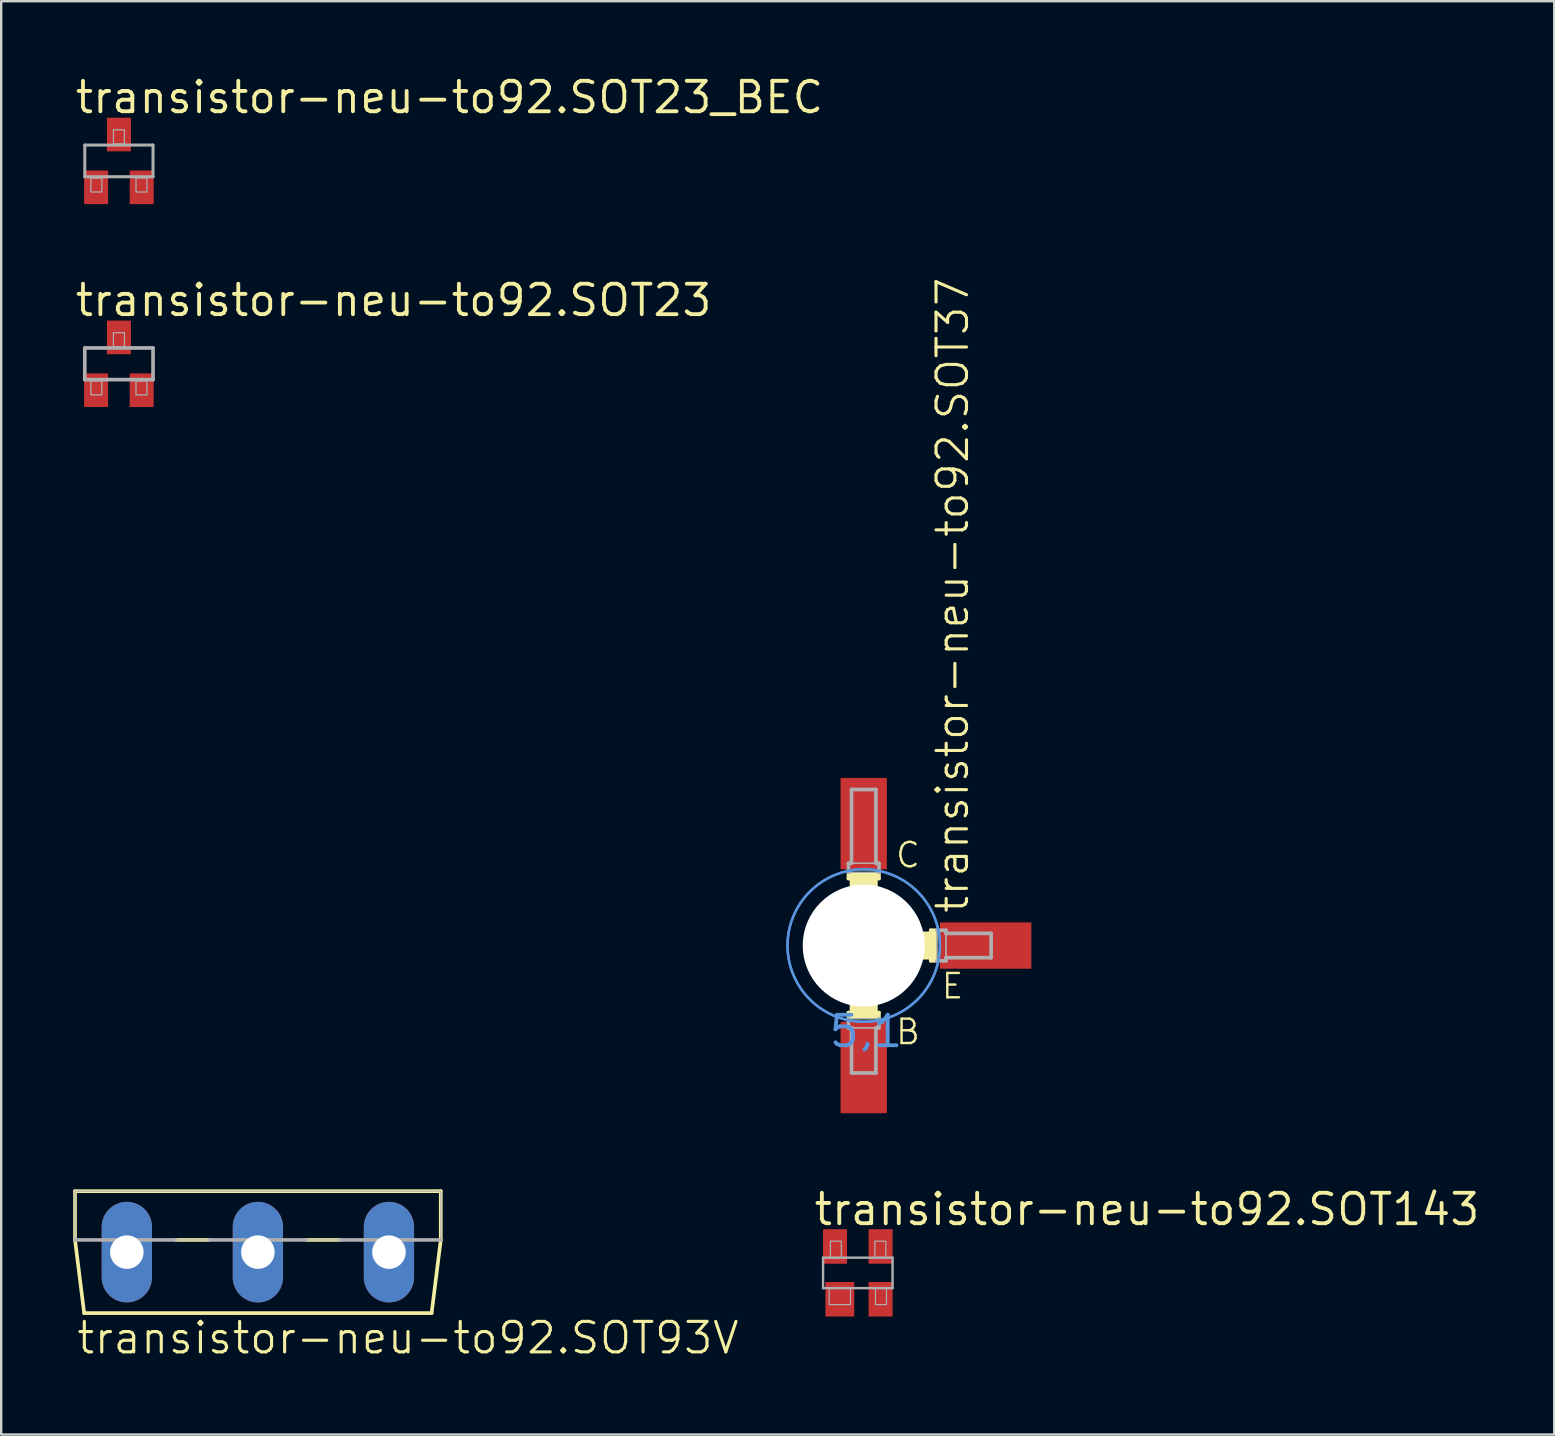
<source format=kicad_pcb>
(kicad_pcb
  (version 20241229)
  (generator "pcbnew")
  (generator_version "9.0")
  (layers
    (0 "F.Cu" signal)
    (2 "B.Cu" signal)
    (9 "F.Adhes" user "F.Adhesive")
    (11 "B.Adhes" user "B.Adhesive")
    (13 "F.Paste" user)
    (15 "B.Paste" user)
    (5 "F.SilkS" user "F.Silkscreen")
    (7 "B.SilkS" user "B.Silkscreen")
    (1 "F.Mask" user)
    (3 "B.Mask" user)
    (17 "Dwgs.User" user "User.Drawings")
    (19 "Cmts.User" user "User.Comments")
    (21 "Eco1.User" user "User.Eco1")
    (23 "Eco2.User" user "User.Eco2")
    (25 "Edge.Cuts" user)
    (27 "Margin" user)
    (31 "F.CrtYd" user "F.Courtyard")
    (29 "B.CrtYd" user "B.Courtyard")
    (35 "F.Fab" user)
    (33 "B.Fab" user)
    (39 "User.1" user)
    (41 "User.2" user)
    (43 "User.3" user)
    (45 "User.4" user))
  (footprint "transistor-neu-to92.SOT23_BEC"
    (layer "F.Cu")
    (at 1.905 3.655)
    (property "Reference" "transistor-neu-to92.SOT23_BEC" (at -1.905 -1.905 0) (layer "F.SilkS") (effects (font (size 1.27 1.27) (thickness 0.16)) (justify left bottom)))
    (attr smd)
    (fp_line (start -1.422 -0.66) (end 1.422 -0.66) (stroke (width 0.127) (type default)) (layer "F.Fab"))
    (fp_line (start -1.422 0.66) (end -1.422 -0.66) (stroke (width 0.127) (type default)) (layer "F.Fab"))
    (fp_line (start 1.422 -0.66) (end 1.422 0.66) (stroke (width 0.127) (type default)) (layer "F.Fab"))
    (fp_line (start 1.422 0.66) (end -1.422 0.66) (stroke (width 0.127) (type default)) (layer "F.Fab"))
    (fp_rect (start -1.168 1.295) (end -0.711 0.711) (stroke (width 0.05) (type default)) (fill no) (layer "F.Fab"))
    (fp_rect (start -0.229 -0.711) (end 0.229 -1.295) (stroke (width 0.05) (type default)) (fill no) (layer "F.Fab"))
    (fp_rect (start 0.711 1.295) (end 1.168 0.711) (stroke (width 0.05) (type default)) (fill no) (layer "F.Fab"))
    (pad "B" smd roundrect (at -0.95 1.1) (size 1 1.4) (layers "F.Cu" "F.Mask" "F.Paste") (roundrect_rratio 0.01))
    (pad "C" smd roundrect (at 0 -1.1) (size 1 1.4) (layers "F.Cu" "F.Mask" "F.Paste") (roundrect_rratio 0.01))
    (pad "E" smd roundrect (at 0.95 1.1) (size 1 1.4) (layers "F.Cu" "F.Mask" "F.Paste") (roundrect_rratio 0.01)))
  (footprint "transistor-neu-to92.SOT37"
    (layer "F.Cu")
    (at 32.94 36.35)
    (property "Reference" "transistor-neu-to92.SOT37" (at 4.445 -1.27 90) (layer "F.SilkS") (effects (font (size 1.27 1.27) (thickness 0.13)) (justify left bottom)))
    (attr smd)
    (fp_line (start -0.635 -2.794) (end -0.635 -3.048) (stroke (width 0.152) (type default)) (layer "F.SilkS"))
    (fp_line (start -0.635 -2.794) (end -0.508 -2.794) (stroke (width 0.152) (type default)) (layer "F.SilkS"))
    (fp_line (start -0.635 2.794) (end -0.635 3.048) (stroke (width 0.152) (type default)) (layer "F.SilkS"))
    (fp_line (start -0.635 2.794) (end -0.508 2.794) (stroke (width 0.152) (type default)) (layer "F.SilkS"))
    (fp_line (start -0.508 -2.235) (end -0.508 -2.794) (stroke (width 0.152) (type default)) (layer "F.SilkS"))
    (fp_line (start -0.508 2.235) (end -0.508 2.794) (stroke (width 0.152) (type default)) (layer "F.SilkS"))
    (fp_line (start 0.508 -2.235) (end 0.508 -2.794) (stroke (width 0.152) (type default)) (layer "F.SilkS"))
    (fp_line (start 0.508 2.235) (end 0.508 2.794) (stroke (width 0.152) (type default)) (layer "F.SilkS"))
    (fp_line (start 0.635 -2.794) (end 0.508 -2.794) (stroke (width 0.152) (type default)) (layer "F.SilkS"))
    (fp_line (start 0.635 -2.794) (end 0.635 -3.048) (stroke (width 0.152) (type default)) (layer "F.SilkS"))
    (fp_line (start 0.635 2.794) (end 0.508 2.794) (stroke (width 0.152) (type default)) (layer "F.SilkS"))
    (fp_line (start 0.635 2.794) (end 0.635 3.048) (stroke (width 0.152) (type default)) (layer "F.SilkS"))
    (fp_line (start 2.21 -0.508) (end 2.794 -0.508) (stroke (width 0.152) (type default)) (layer "F.SilkS"))
    (fp_line (start 2.235 0.508) (end 2.794 0.508) (stroke (width 0.152) (type default)) (layer "F.SilkS"))
    (fp_line (start 2.794 -0.635) (end 2.794 -0.508) (stroke (width 0.152) (type default)) (layer "F.SilkS"))
    (fp_line (start 2.794 0.635) (end 2.794 0.508) (stroke (width 0.152) (type default)) (layer "F.SilkS"))
    (fp_line (start 3.048 -0.635) (end 2.794 -0.635) (stroke (width 0.152) (type default)) (layer "F.SilkS"))
    (fp_line (start 3.048 0.635) (end 2.794 0.635) (stroke (width 0.152) (type default)) (layer "F.SilkS"))
    (fp_rect (start -0.635 -2.794) (end 0.635 -3.048) (stroke (width 0.05) (type default)) (fill yes) (layer "F.SilkS"))
    (fp_rect (start -0.635 3.048) (end 0.635 2.794) (stroke (width 0.05) (type default)) (fill yes) (layer "F.SilkS"))
    (fp_rect (start -0.508 -2.413) (end 0.508 -2.794) (stroke (width 0.05) (type default)) (fill yes) (layer "F.SilkS"))
    (fp_rect (start -0.508 2.794) (end 0.508 2.413) (stroke (width 0.05) (type default)) (fill yes) (layer "F.SilkS"))
    (fp_rect (start 2.413 0.508) (end 2.794 -0.508) (stroke (width 0.05) (type default)) (fill yes) (layer "F.SilkS"))
    (fp_rect (start 2.794 0.635) (end 3.048 -0.635) (stroke (width 0.05) (type default)) (fill yes) (layer "F.SilkS"))
    (fp_circle (center 0 -1.524) (end 0.508 -1.524) (stroke (width 0.152) (type default)) (fill no) (layer "F.SilkS"))
    (fp_circle (center 0 0) (end 2.286 0) (stroke (width 0.152) (type default)) (fill no) (layer "F.SilkS"))
    (fp_circle (center 0 0) (end 3.175 0) (stroke (width 0.1) (type default)) (fill no) (layer "Cmts.User"))
    (fp_circle (center 0 0) (end 3.175 0) (stroke (width 0.1) (type default)) (fill no) (layer "Cmts.User"))
    (fp_line (start -0.635 -3.048) (end -0.635 -3.429) (stroke (width 0.152) (type default)) (layer "F.Fab"))
    (fp_line (start -0.635 3.048) (end -0.635 3.429) (stroke (width 0.152) (type default)) (layer "F.Fab"))
    (fp_line (start -0.508 -6.502) (end 0.508 -6.502) (stroke (width 0.152) (type default)) (layer "F.Fab"))
    (fp_line (start -0.508 -3.429) (end -0.635 -3.429) (stroke (width 0.152) (type default)) (layer "F.Fab"))
    (fp_line (start -0.508 -3.429) (end -0.508 -6.502) (stroke (width 0.152) (type default)) (layer "F.Fab"))
    (fp_line (start -0.508 3.429) (end -0.635 3.429) (stroke (width 0.152) (type default)) (layer "F.Fab"))
    (fp_line (start -0.508 3.429) (end -0.508 5.309) (stroke (width 0.152) (type default)) (layer "F.Fab"))
    (fp_line (start -0.508 5.309) (end 0.508 5.309) (stroke (width 0.152) (type default)) (layer "F.Fab"))
    (fp_line (start 0.508 -3.429) (end 0.508 -6.502) (stroke (width 0.152) (type default)) (layer "F.Fab"))
    (fp_line (start 0.508 -3.429) (end 0.635 -3.429) (stroke (width 0.152) (type default)) (layer "F.Fab"))
    (fp_line (start 0.508 3.429) (end 0.508 5.309) (stroke (width 0.152) (type default)) (layer "F.Fab"))
    (fp_line (start 0.508 3.429) (end 0.635 3.429) (stroke (width 0.152) (type default)) (layer "F.Fab"))
    (fp_line (start 0.635 -3.048) (end 0.635 -3.429) (stroke (width 0.152) (type default)) (layer "F.Fab"))
    (fp_line (start 0.635 3.048) (end 0.635 3.429) (stroke (width 0.152) (type default)) (layer "F.Fab"))
    (fp_line (start 3.048 -0.635) (end 3.429 -0.635) (stroke (width 0.152) (type default)) (layer "F.Fab"))
    (fp_line (start 3.048 0.635) (end 3.429 0.635) (stroke (width 0.152) (type default)) (layer "F.Fab"))
    (fp_line (start 3.429 -0.508) (end 3.429 -0.635) (stroke (width 0.152) (type default)) (layer "F.Fab"))
    (fp_line (start 3.429 -0.508) (end 5.309 -0.508) (stroke (width 0.152) (type default)) (layer "F.Fab"))
    (fp_line (start 3.429 0.508) (end 3.429 0.635) (stroke (width 0.152) (type default)) (layer "F.Fab"))
    (fp_line (start 3.429 0.508) (end 5.309 0.508) (stroke (width 0.152) (type default)) (layer "F.Fab"))
    (fp_line (start 5.309 -0.508) (end 5.309 0.508) (stroke (width 0.152) (type default)) (layer "F.Fab"))
    (fp_rect (start -0.635 -3.048) (end 0.635 -3.429) (stroke (width 0.05) (type default)) (fill no) (layer "F.Fab"))
    (fp_rect (start -0.635 3.429) (end 0.635 3.048) (stroke (width 0.05) (type default)) (fill no) (layer "F.Fab"))
    (fp_rect (start -0.508 -3.429) (end 0.508 -6.477) (stroke (width 0.05) (type default)) (fill no) (layer "F.Fab"))
    (fp_rect (start -0.508 5.334) (end 0.508 3.429) (stroke (width 0.05) (type default)) (fill no) (layer "F.Fab"))
    (fp_rect (start 3.048 0.635) (end 3.429 -0.635) (stroke (width 0.05) (type default)) (fill no) (layer "F.Fab"))
    (fp_rect (start 3.429 0.508) (end 5.334 -0.508) (stroke (width 0.05) (type default)) (fill no) (layer "F.Fab"))
    (fp_text user "B" (at 1.27 4.191 0) (layer "F.SilkS") (effects (font (size 1.016 1.016) (thickness 0.1)) (justify left bottom)))
    (fp_text user "E" (at 3.175 2.286 0) (layer "F.SilkS") (effects (font (size 1.016 1.016) (thickness 0.1)) (justify left bottom)))
    (fp_text user "C" (at 1.27 -3.175 0) (layer "F.SilkS") (effects (font (size 1.016 1.016) (thickness 0.1)) (justify left bottom)))
    (fp_text user "5,1" (at -1.524 4.318 0) (layer "Cmts.User") (effects (font (size 1.27 1.27) (thickness 0.16)) (justify left bottom)))
    (pad "" np_thru_hole circle (at 0 0) (size 5.08 5.08) (drill 5.08) (layers "*.Cu" "*.Mask"))
    (pad "1" smd roundrect (at 0 -5.08) (size 1.93 3.81) (layers "F.Cu" "F.Mask" "F.Paste") (roundrect_rratio 0.01))
    (pad "2" smd roundrect (at 5.08 0) (size 3.81 1.93) (layers "F.Cu" "F.Mask" "F.Paste") (roundrect_rratio 0.01))
    (pad "3" smd roundrect (at 0 5.08) (size 1.93 3.81) (layers "F.Cu" "F.Mask" "F.Paste") (roundrect_rratio 0.01)))
  (footprint "transistor-neu-to92.SOT143"
    (layer "F.Cu")
    (at 32.694 49.99)
    (property "Reference" "transistor-neu-to92.SOT143" (at -1.905 -1.905 0) (layer "F.SilkS") (effects (font (size 1.27 1.27) (thickness 0.16)) (justify left bottom)))
    (attr smd)
    (fp_line (start -1.448 -0.635) (end 1.448 -0.635) (stroke (width 0.1) (type default)) (layer "F.Fab"))
    (fp_line (start -1.448 0.635) (end -1.448 -0.635) (stroke (width 0.1) (type default)) (layer "F.Fab"))
    (fp_line (start -1.448 0.635) (end 1.448 0.635) (stroke (width 0.1) (type default)) (layer "F.Fab"))
    (fp_line (start 1.448 0.635) (end 1.448 -0.635) (stroke (width 0.1) (type default)) (layer "F.Fab"))
    (fp_rect (start -1.194 1.321) (end -0.305 0.635) (stroke (width 0.05) (type default)) (fill no) (layer "F.Fab"))
    (fp_rect (start -1.143 -0.635) (end -0.686 -1.321) (stroke (width 0.05) (type default)) (fill no) (layer "F.Fab"))
    (fp_rect (start 0.711 -0.635) (end 1.168 -1.321) (stroke (width 0.05) (type default)) (fill no) (layer "F.Fab"))
    (fp_rect (start 0.737 1.321) (end 1.194 0.635) (stroke (width 0.05) (type default)) (fill no) (layer "F.Fab"))
    (pad "1" smd roundrect (at -0.75 1.1) (size 1.2 1.44) (layers "F.Cu" "F.Mask" "F.Paste") (roundrect_rratio 0.01))
    (pad "2" smd roundrect (at 0.95 1.1) (size 1 1.44) (layers "F.Cu" "F.Mask" "F.Paste") (roundrect_rratio 0.01))
    (pad "3" smd roundrect (at 0.95 -1.1) (size 1 1.44) (layers "F.Cu" "F.Mask" "F.Paste") (roundrect_rratio 0.01))
    (pad "4" smd roundrect (at -0.95 -1.1) (size 1 1.44) (layers "F.Cu" "F.Mask" "F.Paste") (roundrect_rratio 0.01)))
  (footprint "transistor-neu-to92.SOT93V"
    (layer "F.Cu")
    (at 7.696 46.585)
    (property "Reference" "transistor-neu-to92.SOT93V" (at -7.62 6.858 0) (layer "F.SilkS") (effects (font (size 1.27 1.27) (thickness 0.13)) (justify left bottom)))
    (attr through_hole)
    (fp_line (start -7.62 0) (end -7.62 2.032) (stroke (width 0.152) (type default)) (layer "F.SilkS"))
    (fp_line (start -7.62 0) (end 7.62 0) (stroke (width 0.152) (type default)) (layer "F.SilkS"))
    (fp_line (start -7.62 2.032) (end -7.239 5.08) (stroke (width 0.152) (type default)) (layer "F.SilkS"))
    (fp_line (start -7.239 5.08) (end 7.239 5.08) (stroke (width 0.152) (type default)) (layer "F.SilkS"))
    (fp_line (start -2.032 2.032) (end -3.429 2.032) (stroke (width 0.152) (type default)) (layer "F.SilkS"))
    (fp_line (start 3.429 2.032) (end 2.032 2.032) (stroke (width 0.152) (type default)) (layer "F.SilkS"))
    (fp_line (start 7.62 0) (end 7.62 2.032) (stroke (width 0.152) (type default)) (layer "F.SilkS"))
    (fp_line (start 7.62 2.032) (end 7.239 5.08) (stroke (width 0.152) (type default)) (layer "F.SilkS"))
    (fp_line (start -3.429 2.032) (end -7.62 2.032) (stroke (width 0.152) (type default)) (layer "F.Fab"))
    (fp_line (start 2.032 2.032) (end -2.032 2.032) (stroke (width 0.152) (type default)) (layer "F.Fab"))
    (fp_line (start 7.62 2.032) (end 3.429 2.032) (stroke (width 0.152) (type default)) (layer "F.Fab"))
    (fp_rect (start -7.62 2.032) (end 7.62 0) (stroke (width 0.05) (type default)) (fill no) (layer "F.Fab"))
    (pad "B" thru_hole oval (at -5.461 2.54 90) (size 4.191 2.095) (drill 1.397) (layers "*.Cu" "*.Mask"))
    (pad "C" thru_hole oval (at 0 2.54 90) (size 4.191 2.095) (drill 1.397) (layers "*.Cu" "*.Mask"))
    (pad "E" thru_hole oval (at 5.461 2.54 90) (size 4.191 2.095) (drill 1.397) (layers "*.Cu" "*.Mask")))
  (footprint "transistor-neu-to92.SOT23"
    (layer "F.Cu")
    (at 1.905 12.11)
    (property "Reference" "transistor-neu-to92.SOT23" (at -1.905 -1.905 0) (layer "F.SilkS") (effects (font (size 1.27 1.27) (thickness 0.16)) (justify left bottom)))
    (attr smd)
    (fp_line (start -1.422 -0.66) (end 1.422 -0.66) (stroke (width 0.152) (type default)) (layer "F.Fab"))
    (fp_line (start -1.422 0.66) (end -1.422 -0.66) (stroke (width 0.152) (type default)) (layer "F.Fab"))
    (fp_line (start 1.422 -0.66) (end 1.422 0.66) (stroke (width 0.152) (type default)) (layer "F.Fab"))
    (fp_line (start 1.422 0.66) (end -1.422 0.66) (stroke (width 0.152) (type default)) (layer "F.Fab"))
    (fp_rect (start -1.168 1.295) (end -0.711 0.711) (stroke (width 0.05) (type default)) (fill no) (layer "F.Fab"))
    (fp_rect (start -0.229 -0.711) (end 0.229 -1.295) (stroke (width 0.05) (type default)) (fill no) (layer "F.Fab"))
    (fp_rect (start 0.711 1.295) (end 1.168 0.711) (stroke (width 0.05) (type default)) (fill no) (layer "F.Fab"))
    (pad "1" smd roundrect (at -0.95 1.1) (size 1 1.4) (layers "F.Cu" "F.Mask" "F.Paste") (roundrect_rratio 0.01))
    (pad "2" smd roundrect (at 0.95 1.1) (size 1 1.4) (layers "F.Cu" "F.Mask" "F.Paste") (roundrect_rratio 0.01))
    (pad "3" smd roundrect (at 0 -1.1) (size 1 1.4) (layers "F.Cu" "F.Mask" "F.Paste") (roundrect_rratio 0.01)))
  (gr_rect
    (start -3 -3)
    (end 61.713 56.725)
    (stroke (width 0.1) (type default))
    (fill no)
    (layer "Edge.Cuts")))
</source>
